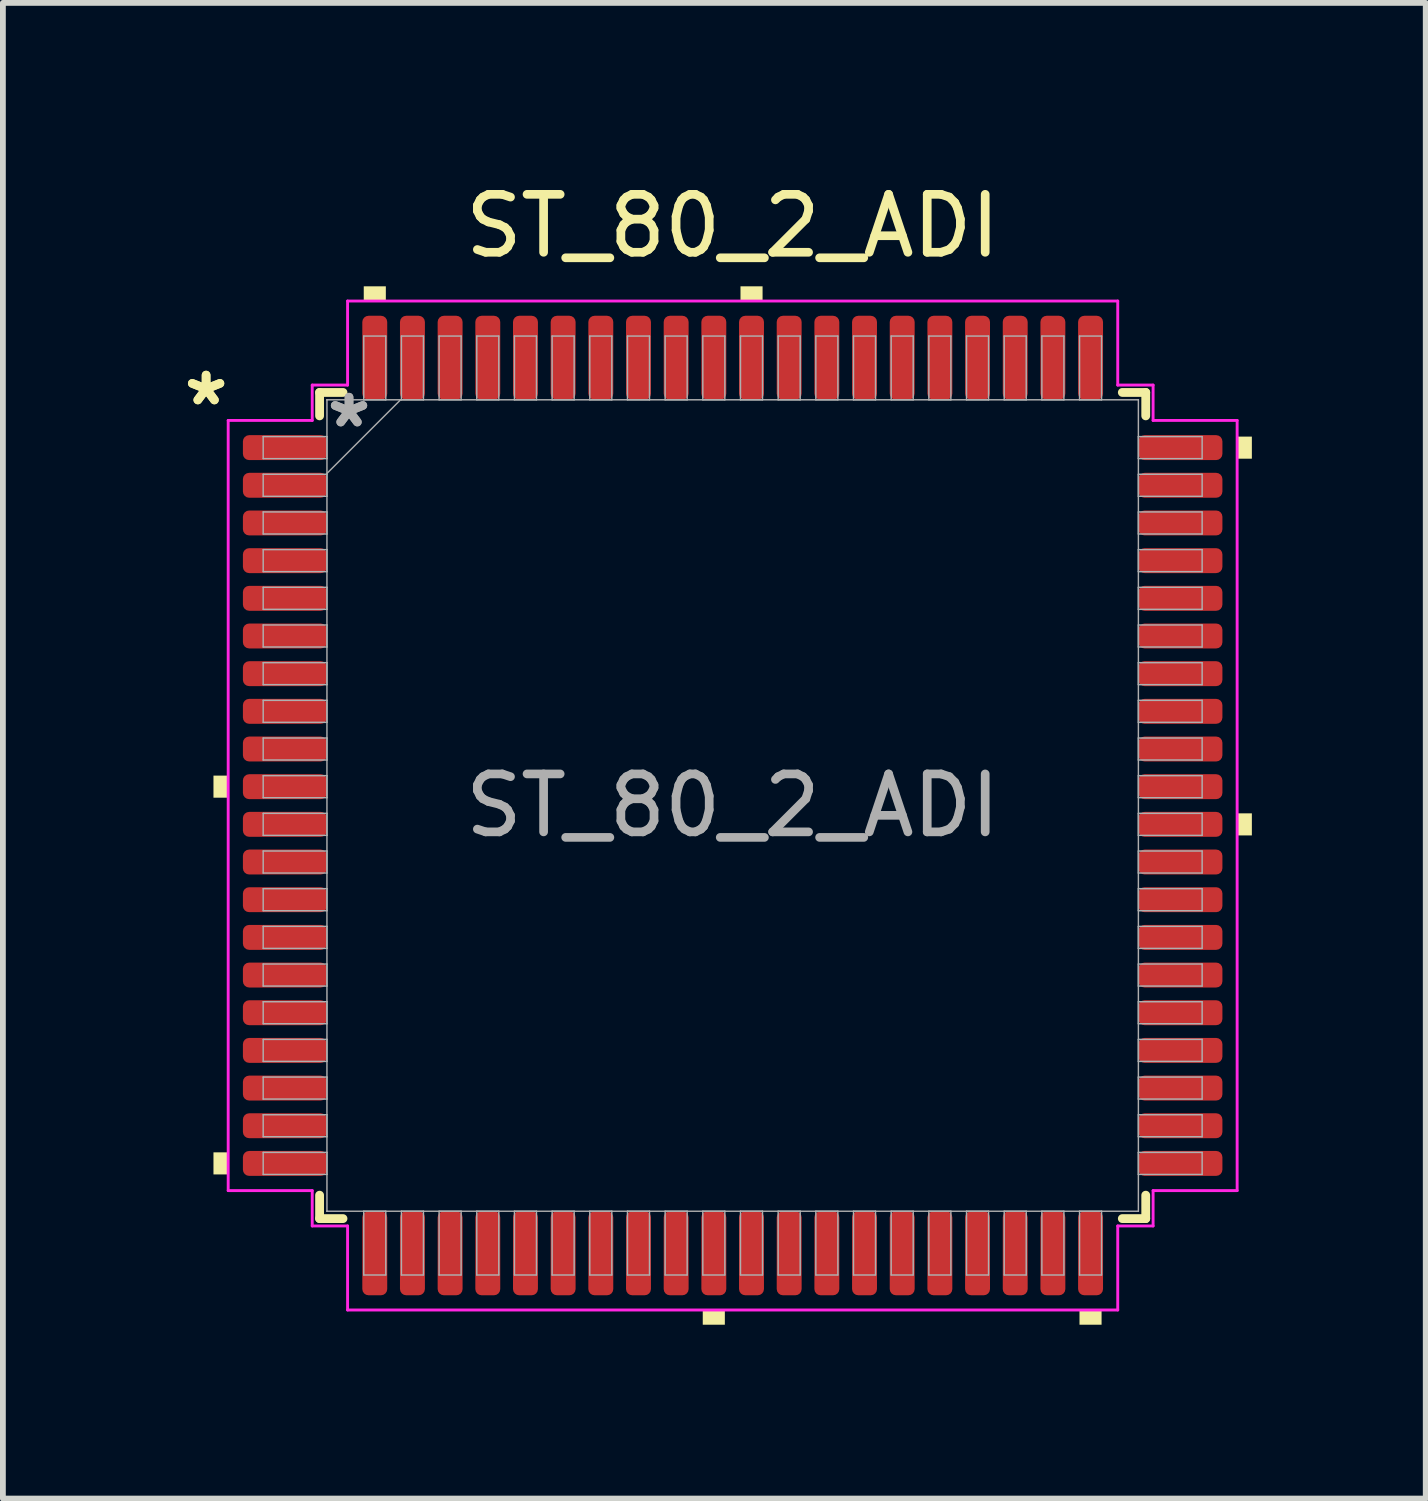
<source format=kicad_pcb>
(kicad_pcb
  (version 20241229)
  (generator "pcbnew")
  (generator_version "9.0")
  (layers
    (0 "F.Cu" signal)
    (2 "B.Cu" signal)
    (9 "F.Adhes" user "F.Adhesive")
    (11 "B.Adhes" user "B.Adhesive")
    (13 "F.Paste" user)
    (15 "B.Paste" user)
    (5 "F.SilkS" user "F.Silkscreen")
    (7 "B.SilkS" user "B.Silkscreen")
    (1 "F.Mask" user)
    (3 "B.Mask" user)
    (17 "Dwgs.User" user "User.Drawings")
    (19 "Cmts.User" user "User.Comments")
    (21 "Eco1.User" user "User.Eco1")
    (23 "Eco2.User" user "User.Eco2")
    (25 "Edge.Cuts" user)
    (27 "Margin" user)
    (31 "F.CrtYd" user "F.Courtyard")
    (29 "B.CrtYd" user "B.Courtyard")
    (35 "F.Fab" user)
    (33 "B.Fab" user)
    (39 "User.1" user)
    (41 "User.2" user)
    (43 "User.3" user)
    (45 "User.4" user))
  (footprint "ST_80_2_ADI"
    (layer "F.Cu")
    (at 9.591 10.848)
    (property "Reference" "ST_80_2_ADI" (at 0 -10 0) (layer "F.SilkS") (effects (font (size 1 1) (thickness 0.15))))
    (attr smd)
    (fp_line (start -7.127 -7.127) (end -7.127 -6.723) (stroke (width 0.152) (type solid)) (layer "F.SilkS"))
    (fp_line (start -7.127 6.723) (end -7.127 7.127) (stroke (width 0.152) (type solid)) (layer "F.SilkS"))
    (fp_line (start -7.127 7.127) (end -6.723 7.127) (stroke (width 0.152) (type solid)) (layer "F.SilkS"))
    (fp_line (start -6.723 -7.127) (end -7.127 -7.127) (stroke (width 0.152) (type solid)) (layer "F.SilkS"))
    (fp_line (start 6.723 7.127) (end 7.127 7.127) (stroke (width 0.152) (type solid)) (layer "F.SilkS"))
    (fp_line (start 7.127 -7.127) (end 6.723 -7.127) (stroke (width 0.152) (type solid)) (layer "F.SilkS"))
    (fp_line (start 7.127 -6.723) (end 7.127 -7.127) (stroke (width 0.152) (type solid)) (layer "F.SilkS"))
    (fp_line (start 7.127 7.127) (end 7.127 6.723) (stroke (width 0.152) (type solid)) (layer "F.SilkS"))
    (fp_poly (pts (xy -8.958 -0.516) (xy -8.958 -0.135) (xy -8.704 -0.135) (xy -8.704 -0.516)) (stroke (width 0) (type solid)) (fill yes) (layer "F.SilkS"))
    (fp_poly (pts (xy -8.958 5.984) (xy -8.958 6.365) (xy -8.704 6.365) (xy -8.704 5.984)) (stroke (width 0) (type solid)) (fill yes) (layer "F.SilkS"))
    (fp_poly (pts (xy -6.365 -8.704) (xy -6.365 -8.958) (xy -5.984 -8.958) (xy -5.984 -8.704)) (stroke (width 0) (type solid)) (fill yes) (layer "F.SilkS"))
    (fp_poly (pts (xy -0.516 8.704) (xy -0.516 8.958) (xy -0.135 8.958) (xy -0.135 8.704)) (stroke (width 0) (type solid)) (fill yes) (layer "F.SilkS"))
    (fp_poly (pts (xy 0.135 -8.704) (xy 0.135 -8.958) (xy 0.516 -8.958) (xy 0.516 -8.704)) (stroke (width 0) (type solid)) (fill yes) (layer "F.SilkS"))
    (fp_poly (pts (xy 5.984 8.704) (xy 5.984 8.958) (xy 6.365 8.958) (xy 6.365 8.704)) (stroke (width 0) (type solid)) (fill yes) (layer "F.SilkS"))
    (fp_poly (pts (xy 8.958 -6.365) (xy 8.958 -5.984) (xy 8.704 -5.984) (xy 8.704 -6.365)) (stroke (width 0) (type solid)) (fill yes) (layer "F.SilkS"))
    (fp_poly (pts (xy 8.958 0.135) (xy 8.958 0.516) (xy 8.704 0.516) (xy 8.704 0.135)) (stroke (width 0) (type solid)) (fill yes) (layer "F.SilkS"))
    (fp_line (start -8.704 -6.644) (end -7.254 -6.644) (stroke (width 0.05) (type solid)) (layer "F.CrtYd"))
    (fp_line (start -8.704 6.644) (end -8.704 -6.644) (stroke (width 0.05) (type solid)) (layer "F.CrtYd"))
    (fp_line (start -7.254 -7.254) (end -6.644 -7.254) (stroke (width 0.05) (type solid)) (layer "F.CrtYd"))
    (fp_line (start -7.254 -6.644) (end -7.254 -7.254) (stroke (width 0.05) (type solid)) (layer "F.CrtYd"))
    (fp_line (start -7.254 6.644) (end -8.704 6.644) (stroke (width 0.05) (type solid)) (layer "F.CrtYd"))
    (fp_line (start -7.254 7.254) (end -7.254 6.644) (stroke (width 0.05) (type solid)) (layer "F.CrtYd"))
    (fp_line (start -7.254 7.254) (end -6.644 7.254) (stroke (width 0.05) (type solid)) (layer "F.CrtYd"))
    (fp_line (start -6.644 -8.704) (end 6.644 -8.704) (stroke (width 0.05) (type solid)) (layer "F.CrtYd"))
    (fp_line (start -6.644 -7.254) (end -6.644 -8.704) (stroke (width 0.05) (type solid)) (layer "F.CrtYd"))
    (fp_line (start -6.644 7.254) (end -6.644 8.704) (stroke (width 0.05) (type solid)) (layer "F.CrtYd"))
    (fp_line (start -6.644 8.704) (end 6.644 8.704) (stroke (width 0.05) (type solid)) (layer "F.CrtYd"))
    (fp_line (start 6.644 -8.704) (end 6.644 -7.254) (stroke (width 0.05) (type solid)) (layer "F.CrtYd"))
    (fp_line (start 6.644 -7.254) (end 7.254 -7.254) (stroke (width 0.05) (type solid)) (layer "F.CrtYd"))
    (fp_line (start 6.644 7.254) (end 7.254 7.254) (stroke (width 0.05) (type solid)) (layer "F.CrtYd"))
    (fp_line (start 6.644 8.704) (end 6.644 7.254) (stroke (width 0.05) (type solid)) (layer "F.CrtYd"))
    (fp_line (start 7.254 -6.644) (end 7.254 -7.254) (stroke (width 0.05) (type solid)) (layer "F.CrtYd"))
    (fp_line (start 7.254 6.644) (end 8.704 6.644) (stroke (width 0.05) (type solid)) (layer "F.CrtYd"))
    (fp_line (start 7.254 7.254) (end 7.254 6.644) (stroke (width 0.05) (type solid)) (layer "F.CrtYd"))
    (fp_line (start 8.704 -6.644) (end 7.254 -6.644) (stroke (width 0.05) (type solid)) (layer "F.CrtYd"))
    (fp_line (start 8.704 6.644) (end 8.704 -6.644) (stroke (width 0.05) (type solid)) (layer "F.CrtYd"))
    (fp_line (start -8.1 -6.365) (end -8.1 -5.985) (stroke (width 0.025) (type solid)) (layer "F.Fab"))
    (fp_line (start -8.1 -5.985) (end -7 -5.985) (stroke (width 0.025) (type solid)) (layer "F.Fab"))
    (fp_line (start -8.1 -5.715) (end -8.1 -5.335) (stroke (width 0.025) (type solid)) (layer "F.Fab"))
    (fp_line (start -8.1 -5.335) (end -7 -5.335) (stroke (width 0.025) (type solid)) (layer "F.Fab"))
    (fp_line (start -8.1 -5.065) (end -8.1 -4.685) (stroke (width 0.025) (type solid)) (layer "F.Fab"))
    (fp_line (start -8.1 -4.685) (end -7 -4.685) (stroke (width 0.025) (type solid)) (layer "F.Fab"))
    (fp_line (start -8.1 -4.415) (end -8.1 -4.035) (stroke (width 0.025) (type solid)) (layer "F.Fab"))
    (fp_line (start -8.1 -4.035) (end -7 -4.035) (stroke (width 0.025) (type solid)) (layer "F.Fab"))
    (fp_line (start -8.1 -3.765) (end -8.1 -3.385) (stroke (width 0.025) (type solid)) (layer "F.Fab"))
    (fp_line (start -8.1 -3.385) (end -7 -3.385) (stroke (width 0.025) (type solid)) (layer "F.Fab"))
    (fp_line (start -8.1 -3.115) (end -8.1 -2.735) (stroke (width 0.025) (type solid)) (layer "F.Fab"))
    (fp_line (start -8.1 -2.735) (end -7 -2.735) (stroke (width 0.025) (type solid)) (layer "F.Fab"))
    (fp_line (start -8.1 -2.465) (end -8.1 -2.085) (stroke (width 0.025) (type solid)) (layer "F.Fab"))
    (fp_line (start -8.1 -2.085) (end -7 -2.085) (stroke (width 0.025) (type solid)) (layer "F.Fab"))
    (fp_line (start -8.1 -1.815) (end -8.1 -1.435) (stroke (width 0.025) (type solid)) (layer "F.Fab"))
    (fp_line (start -8.1 -1.435) (end -7 -1.435) (stroke (width 0.025) (type solid)) (layer "F.Fab"))
    (fp_line (start -8.1 -1.165) (end -8.1 -0.785) (stroke (width 0.025) (type solid)) (layer "F.Fab"))
    (fp_line (start -8.1 -0.785) (end -7 -0.785) (stroke (width 0.025) (type solid)) (layer "F.Fab"))
    (fp_line (start -8.1 -0.515) (end -8.1 -0.135) (stroke (width 0.025) (type solid)) (layer "F.Fab"))
    (fp_line (start -8.1 -0.135) (end -7 -0.135) (stroke (width 0.025) (type solid)) (layer "F.Fab"))
    (fp_line (start -8.1 0.135) (end -8.1 0.515) (stroke (width 0.025) (type solid)) (layer "F.Fab"))
    (fp_line (start -8.1 0.515) (end -7 0.515) (stroke (width 0.025) (type solid)) (layer "F.Fab"))
    (fp_line (start -8.1 0.785) (end -8.1 1.165) (stroke (width 0.025) (type solid)) (layer "F.Fab"))
    (fp_line (start -8.1 1.165) (end -7 1.165) (stroke (width 0.025) (type solid)) (layer "F.Fab"))
    (fp_line (start -8.1 1.435) (end -8.1 1.815) (stroke (width 0.025) (type solid)) (layer "F.Fab"))
    (fp_line (start -8.1 1.815) (end -7 1.815) (stroke (width 0.025) (type solid)) (layer "F.Fab"))
    (fp_line (start -8.1 2.085) (end -8.1 2.465) (stroke (width 0.025) (type solid)) (layer "F.Fab"))
    (fp_line (start -8.1 2.465) (end -7 2.465) (stroke (width 0.025) (type solid)) (layer "F.Fab"))
    (fp_line (start -8.1 2.735) (end -8.1 3.115) (stroke (width 0.025) (type solid)) (layer "F.Fab"))
    (fp_line (start -8.1 3.115) (end -7 3.115) (stroke (width 0.025) (type solid)) (layer "F.Fab"))
    (fp_line (start -8.1 3.385) (end -8.1 3.765) (stroke (width 0.025) (type solid)) (layer "F.Fab"))
    (fp_line (start -8.1 3.765) (end -7 3.765) (stroke (width 0.025) (type solid)) (layer "F.Fab"))
    (fp_line (start -8.1 4.035) (end -8.1 4.415) (stroke (width 0.025) (type solid)) (layer "F.Fab"))
    (fp_line (start -8.1 4.415) (end -7 4.415) (stroke (width 0.025) (type solid)) (layer "F.Fab"))
    (fp_line (start -8.1 4.685) (end -8.1 5.065) (stroke (width 0.025) (type solid)) (layer "F.Fab"))
    (fp_line (start -8.1 5.065) (end -7 5.065) (stroke (width 0.025) (type solid)) (layer "F.Fab"))
    (fp_line (start -8.1 5.335) (end -8.1 5.715) (stroke (width 0.025) (type solid)) (layer "F.Fab"))
    (fp_line (start -8.1 5.715) (end -7 5.715) (stroke (width 0.025) (type solid)) (layer "F.Fab"))
    (fp_line (start -8.1 5.985) (end -8.1 6.365) (stroke (width 0.025) (type solid)) (layer "F.Fab"))
    (fp_line (start -8.1 6.365) (end -7 6.365) (stroke (width 0.025) (type solid)) (layer "F.Fab"))
    (fp_line (start -7 -6.365) (end -8.1 -6.365) (stroke (width 0.025) (type solid)) (layer "F.Fab"))
    (fp_line (start -7 -5.985) (end -7 -6.365) (stroke (width 0.025) (type solid)) (layer "F.Fab"))
    (fp_line (start -7 -5.73) (end -5.73 -7) (stroke (width 0.025) (type solid)) (layer "F.Fab"))
    (fp_line (start -7 -5.715) (end -8.1 -5.715) (stroke (width 0.025) (type solid)) (layer "F.Fab"))
    (fp_line (start -7 -5.335) (end -7 -5.715) (stroke (width 0.025) (type solid)) (layer "F.Fab"))
    (fp_line (start -7 -5.065) (end -8.1 -5.065) (stroke (width 0.025) (type solid)) (layer "F.Fab"))
    (fp_line (start -7 -4.685) (end -7 -5.065) (stroke (width 0.025) (type solid)) (layer "F.Fab"))
    (fp_line (start -7 -4.415) (end -8.1 -4.415) (stroke (width 0.025) (type solid)) (layer "F.Fab"))
    (fp_line (start -7 -4.035) (end -7 -4.415) (stroke (width 0.025) (type solid)) (layer "F.Fab"))
    (fp_line (start -7 -3.765) (end -8.1 -3.765) (stroke (width 0.025) (type solid)) (layer "F.Fab"))
    (fp_line (start -7 -3.385) (end -7 -3.765) (stroke (width 0.025) (type solid)) (layer "F.Fab"))
    (fp_line (start -7 -3.115) (end -8.1 -3.115) (stroke (width 0.025) (type solid)) (layer "F.Fab"))
    (fp_line (start -7 -2.735) (end -7 -3.115) (stroke (width 0.025) (type solid)) (layer "F.Fab"))
    (fp_line (start -7 -2.465) (end -8.1 -2.465) (stroke (width 0.025) (type solid)) (layer "F.Fab"))
    (fp_line (start -7 -2.085) (end -7 -2.465) (stroke (width 0.025) (type solid)) (layer "F.Fab"))
    (fp_line (start -7 -1.815) (end -8.1 -1.815) (stroke (width 0.025) (type solid)) (layer "F.Fab"))
    (fp_line (start -7 -1.435) (end -7 -1.815) (stroke (width 0.025) (type solid)) (layer "F.Fab"))
    (fp_line (start -7 -1.165) (end -8.1 -1.165) (stroke (width 0.025) (type solid)) (layer "F.Fab"))
    (fp_line (start -7 -0.785) (end -7 -1.165) (stroke (width 0.025) (type solid)) (layer "F.Fab"))
    (fp_line (start -7 -0.515) (end -8.1 -0.515) (stroke (width 0.025) (type solid)) (layer "F.Fab"))
    (fp_line (start -7 -0.135) (end -7 -0.515) (stroke (width 0.025) (type solid)) (layer "F.Fab"))
    (fp_line (start -7 0.135) (end -8.1 0.135) (stroke (width 0.025) (type solid)) (layer "F.Fab"))
    (fp_line (start -7 0.515) (end -7 0.135) (stroke (width 0.025) (type solid)) (layer "F.Fab"))
    (fp_line (start -7 0.785) (end -8.1 0.785) (stroke (width 0.025) (type solid)) (layer "F.Fab"))
    (fp_line (start -7 1.165) (end -7 0.785) (stroke (width 0.025) (type solid)) (layer "F.Fab"))
    (fp_line (start -7 1.435) (end -8.1 1.435) (stroke (width 0.025) (type solid)) (layer "F.Fab"))
    (fp_line (start -7 1.815) (end -7 1.435) (stroke (width 0.025) (type solid)) (layer "F.Fab"))
    (fp_line (start -7 2.085) (end -8.1 2.085) (stroke (width 0.025) (type solid)) (layer "F.Fab"))
    (fp_line (start -7 2.465) (end -7 2.085) (stroke (width 0.025) (type solid)) (layer "F.Fab"))
    (fp_line (start -7 2.735) (end -8.1 2.735) (stroke (width 0.025) (type solid)) (layer "F.Fab"))
    (fp_line (start -7 3.115) (end -7 2.735) (stroke (width 0.025) (type solid)) (layer "F.Fab"))
    (fp_line (start -7 3.385) (end -8.1 3.385) (stroke (width 0.025) (type solid)) (layer "F.Fab"))
    (fp_line (start -7 3.765) (end -7 3.385) (stroke (width 0.025) (type solid)) (layer "F.Fab"))
    (fp_line (start -7 4.035) (end -8.1 4.035) (stroke (width 0.025) (type solid)) (layer "F.Fab"))
    (fp_line (start -7 4.415) (end -7 4.035) (stroke (width 0.025) (type solid)) (layer "F.Fab"))
    (fp_line (start -7 4.685) (end -8.1 4.685) (stroke (width 0.025) (type solid)) (layer "F.Fab"))
    (fp_line (start -7 5.065) (end -7 4.685) (stroke (width 0.025) (type solid)) (layer "F.Fab"))
    (fp_line (start -7 5.335) (end -8.1 5.335) (stroke (width 0.025) (type solid)) (layer "F.Fab"))
    (fp_line (start -7 5.715) (end -7 5.335) (stroke (width 0.025) (type solid)) (layer "F.Fab"))
    (fp_line (start -7 5.985) (end -8.1 5.985) (stroke (width 0.025) (type solid)) (layer "F.Fab"))
    (fp_line (start -7 6.365) (end -7 5.985) (stroke (width 0.025) (type solid)) (layer "F.Fab"))
    (fp_line (start -7 -7) (end -7 -7) (stroke (width 0.025) (type solid)) (layer "F.Fab"))
    (fp_line (start -7 -7) (end -7 7) (stroke (width 0.025) (type solid)) (layer "F.Fab"))
    (fp_line (start -7 7) (end -7 7) (stroke (width 0.025) (type solid)) (layer "F.Fab"))
    (fp_line (start -7 7) (end 7 7) (stroke (width 0.025) (type solid)) (layer "F.Fab"))
    (fp_line (start -6.365 7) (end -6.365 8.1) (stroke (width 0.025) (type solid)) (layer "F.Fab"))
    (fp_line (start -6.365 8.1) (end -5.985 8.1) (stroke (width 0.025) (type solid)) (layer "F.Fab"))
    (fp_line (start -6.365 -8.1) (end -6.365 -7) (stroke (width 0.025) (type solid)) (layer "F.Fab"))
    (fp_line (start -6.365 -7) (end -5.985 -7) (stroke (width 0.025) (type solid)) (layer "F.Fab"))
    (fp_line (start -5.985 7) (end -6.365 7) (stroke (width 0.025) (type solid)) (layer "F.Fab"))
    (fp_line (start -5.985 8.1) (end -5.985 7) (stroke (width 0.025) (type solid)) (layer "F.Fab"))
    (fp_line (start -5.985 -8.1) (end -6.365 -8.1) (stroke (width 0.025) (type solid)) (layer "F.Fab"))
    (fp_line (start -5.985 -7) (end -5.985 -8.1) (stroke (width 0.025) (type solid)) (layer "F.Fab"))
    (fp_line (start -5.715 7) (end -5.715 8.1) (stroke (width 0.025) (type solid)) (layer "F.Fab"))
    (fp_line (start -5.715 8.1) (end -5.335 8.1) (stroke (width 0.025) (type solid)) (layer "F.Fab"))
    (fp_line (start -5.715 -8.1) (end -5.715 -7) (stroke (width 0.025) (type solid)) (layer "F.Fab"))
    (fp_line (start -5.715 -7) (end -5.335 -7) (stroke (width 0.025) (type solid)) (layer "F.Fab"))
    (fp_line (start -5.335 7) (end -5.715 7) (stroke (width 0.025) (type solid)) (layer "F.Fab"))
    (fp_line (start -5.335 8.1) (end -5.335 7) (stroke (width 0.025) (type solid)) (layer "F.Fab"))
    (fp_line (start -5.335 -8.1) (end -5.715 -8.1) (stroke (width 0.025) (type solid)) (layer "F.Fab"))
    (fp_line (start -5.335 -7) (end -5.335 -8.1) (stroke (width 0.025) (type solid)) (layer "F.Fab"))
    (fp_line (start -5.065 7) (end -5.065 8.1) (stroke (width 0.025) (type solid)) (layer "F.Fab"))
    (fp_line (start -5.065 8.1) (end -4.685 8.1) (stroke (width 0.025) (type solid)) (layer "F.Fab"))
    (fp_line (start -5.065 -8.1) (end -5.065 -7) (stroke (width 0.025) (type solid)) (layer "F.Fab"))
    (fp_line (start -5.065 -7) (end -4.685 -7) (stroke (width 0.025) (type solid)) (layer "F.Fab"))
    (fp_line (start -4.685 7) (end -5.065 7) (stroke (width 0.025) (type solid)) (layer "F.Fab"))
    (fp_line (start -4.685 8.1) (end -4.685 7) (stroke (width 0.025) (type solid)) (layer "F.Fab"))
    (fp_line (start -4.685 -8.1) (end -5.065 -8.1) (stroke (width 0.025) (type solid)) (layer "F.Fab"))
    (fp_line (start -4.685 -7) (end -4.685 -8.1) (stroke (width 0.025) (type solid)) (layer "F.Fab"))
    (fp_line (start -4.415 7) (end -4.415 8.1) (stroke (width 0.025) (type solid)) (layer "F.Fab"))
    (fp_line (start -4.415 8.1) (end -4.035 8.1) (stroke (width 0.025) (type solid)) (layer "F.Fab"))
    (fp_line (start -4.415 -8.1) (end -4.415 -7) (stroke (width 0.025) (type solid)) (layer "F.Fab"))
    (fp_line (start -4.415 -7) (end -4.035 -7) (stroke (width 0.025) (type solid)) (layer "F.Fab"))
    (fp_line (start -4.035 7) (end -4.415 7) (stroke (width 0.025) (type solid)) (layer "F.Fab"))
    (fp_line (start -4.035 8.1) (end -4.035 7) (stroke (width 0.025) (type solid)) (layer "F.Fab"))
    (fp_line (start -4.035 -8.1) (end -4.415 -8.1) (stroke (width 0.025) (type solid)) (layer "F.Fab"))
    (fp_line (start -4.035 -7) (end -4.035 -8.1) (stroke (width 0.025) (type solid)) (layer "F.Fab"))
    (fp_line (start -3.765 -8.1) (end -3.765 -7) (stroke (width 0.025) (type solid)) (layer "F.Fab"))
    (fp_line (start -3.765 -7) (end -3.385 -7) (stroke (width 0.025) (type solid)) (layer "F.Fab"))
    (fp_line (start -3.765 7) (end -3.765 8.1) (stroke (width 0.025) (type solid)) (layer "F.Fab"))
    (fp_line (start -3.765 8.1) (end -3.385 8.1) (stroke (width 0.025) (type solid)) (layer "F.Fab"))
    (fp_line (start -3.385 -8.1) (end -3.765 -8.1) (stroke (width 0.025) (type solid)) (layer "F.Fab"))
    (fp_line (start -3.385 -7) (end -3.385 -8.1) (stroke (width 0.025) (type solid)) (layer "F.Fab"))
    (fp_line (start -3.385 7) (end -3.765 7) (stroke (width 0.025) (type solid)) (layer "F.Fab"))
    (fp_line (start -3.385 8.1) (end -3.385 7) (stroke (width 0.025) (type solid)) (layer "F.Fab"))
    (fp_line (start -3.115 -8.1) (end -3.115 -7) (stroke (width 0.025) (type solid)) (layer "F.Fab"))
    (fp_line (start -3.115 -7) (end -2.735 -7) (stroke (width 0.025) (type solid)) (layer "F.Fab"))
    (fp_line (start -3.115 7) (end -3.115 8.1) (stroke (width 0.025) (type solid)) (layer "F.Fab"))
    (fp_line (start -3.115 8.1) (end -2.735 8.1) (stroke (width 0.025) (type solid)) (layer "F.Fab"))
    (fp_line (start -2.735 -8.1) (end -3.115 -8.1) (stroke (width 0.025) (type solid)) (layer "F.Fab"))
    (fp_line (start -2.735 -7) (end -2.735 -8.1) (stroke (width 0.025) (type solid)) (layer "F.Fab"))
    (fp_line (start -2.735 7) (end -3.115 7) (stroke (width 0.025) (type solid)) (layer "F.Fab"))
    (fp_line (start -2.735 8.1) (end -2.735 7) (stroke (width 0.025) (type solid)) (layer "F.Fab"))
    (fp_line (start -2.465 -8.1) (end -2.465 -7) (stroke (width 0.025) (type solid)) (layer "F.Fab"))
    (fp_line (start -2.465 -7) (end -2.085 -7) (stroke (width 0.025) (type solid)) (layer "F.Fab"))
    (fp_line (start -2.465 7) (end -2.465 8.1) (stroke (width 0.025) (type solid)) (layer "F.Fab"))
    (fp_line (start -2.465 8.1) (end -2.085 8.1) (stroke (width 0.025) (type solid)) (layer "F.Fab"))
    (fp_line (start -2.085 -8.1) (end -2.465 -8.1) (stroke (width 0.025) (type solid)) (layer "F.Fab"))
    (fp_line (start -2.085 -7) (end -2.085 -8.1) (stroke (width 0.025) (type solid)) (layer "F.Fab"))
    (fp_line (start -2.085 7) (end -2.465 7) (stroke (width 0.025) (type solid)) (layer "F.Fab"))
    (fp_line (start -2.085 8.1) (end -2.085 7) (stroke (width 0.025) (type solid)) (layer "F.Fab"))
    (fp_line (start -1.815 -8.1) (end -1.815 -7) (stroke (width 0.025) (type solid)) (layer "F.Fab"))
    (fp_line (start -1.815 -7) (end -1.435 -7) (stroke (width 0.025) (type solid)) (layer "F.Fab"))
    (fp_line (start -1.815 7) (end -1.815 8.1) (stroke (width 0.025) (type solid)) (layer "F.Fab"))
    (fp_line (start -1.815 8.1) (end -1.435 8.1) (stroke (width 0.025) (type solid)) (layer "F.Fab"))
    (fp_line (start -1.435 -8.1) (end -1.815 -8.1) (stroke (width 0.025) (type solid)) (layer "F.Fab"))
    (fp_line (start -1.435 -7) (end -1.435 -8.1) (stroke (width 0.025) (type solid)) (layer "F.Fab"))
    (fp_line (start -1.435 7) (end -1.815 7) (stroke (width 0.025) (type solid)) (layer "F.Fab"))
    (fp_line (start -1.435 8.1) (end -1.435 7) (stroke (width 0.025) (type solid)) (layer "F.Fab"))
    (fp_line (start -1.165 -8.1) (end -1.165 -7) (stroke (width 0.025) (type solid)) (layer "F.Fab"))
    (fp_line (start -1.165 -7) (end -0.785 -7) (stroke (width 0.025) (type solid)) (layer "F.Fab"))
    (fp_line (start -1.165 7) (end -1.165 8.1) (stroke (width 0.025) (type solid)) (layer "F.Fab"))
    (fp_line (start -1.165 8.1) (end -0.785 8.1) (stroke (width 0.025) (type solid)) (layer "F.Fab"))
    (fp_line (start -0.785 -8.1) (end -1.165 -8.1) (stroke (width 0.025) (type solid)) (layer "F.Fab"))
    (fp_line (start -0.785 -7) (end -0.785 -8.1) (stroke (width 0.025) (type solid)) (layer "F.Fab"))
    (fp_line (start -0.785 7) (end -1.165 7) (stroke (width 0.025) (type solid)) (layer "F.Fab"))
    (fp_line (start -0.785 8.1) (end -0.785 7) (stroke (width 0.025) (type solid)) (layer "F.Fab"))
    (fp_line (start -0.515 -8.1) (end -0.515 -7) (stroke (width 0.025) (type solid)) (layer "F.Fab"))
    (fp_line (start -0.515 -7) (end -0.135 -7) (stroke (width 0.025) (type solid)) (layer "F.Fab"))
    (fp_line (start -0.515 7) (end -0.515 8.1) (stroke (width 0.025) (type solid)) (layer "F.Fab"))
    (fp_line (start -0.515 8.1) (end -0.135 8.1) (stroke (width 0.025) (type solid)) (layer "F.Fab"))
    (fp_line (start -0.135 -8.1) (end -0.515 -8.1) (stroke (width 0.025) (type solid)) (layer "F.Fab"))
    (fp_line (start -0.135 -7) (end -0.135 -8.1) (stroke (width 0.025) (type solid)) (layer "F.Fab"))
    (fp_line (start -0.135 7) (end -0.515 7) (stroke (width 0.025) (type solid)) (layer "F.Fab"))
    (fp_line (start -0.135 8.1) (end -0.135 7) (stroke (width 0.025) (type solid)) (layer "F.Fab"))
    (fp_line (start 0.135 -8.1) (end 0.135 -7) (stroke (width 0.025) (type solid)) (layer "F.Fab"))
    (fp_line (start 0.135 -7) (end 0.515 -7) (stroke (width 0.025) (type solid)) (layer "F.Fab"))
    (fp_line (start 0.135 7) (end 0.135 8.1) (stroke (width 0.025) (type solid)) (layer "F.Fab"))
    (fp_line (start 0.135 8.1) (end 0.515 8.1) (stroke (width 0.025) (type solid)) (layer "F.Fab"))
    (fp_line (start 0.515 -8.1) (end 0.135 -8.1) (stroke (width 0.025) (type solid)) (layer "F.Fab"))
    (fp_line (start 0.515 -7) (end 0.515 -8.1) (stroke (width 0.025) (type solid)) (layer "F.Fab"))
    (fp_line (start 0.515 7) (end 0.135 7) (stroke (width 0.025) (type solid)) (layer "F.Fab"))
    (fp_line (start 0.515 8.1) (end 0.515 7) (stroke (width 0.025) (type solid)) (layer "F.Fab"))
    (fp_line (start 0.785 -8.1) (end 0.785 -7) (stroke (width 0.025) (type solid)) (layer "F.Fab"))
    (fp_line (start 0.785 -7) (end 1.165 -7) (stroke (width 0.025) (type solid)) (layer "F.Fab"))
    (fp_line (start 0.785 7) (end 0.785 8.1) (stroke (width 0.025) (type solid)) (layer "F.Fab"))
    (fp_line (start 0.785 8.1) (end 1.165 8.1) (stroke (width 0.025) (type solid)) (layer "F.Fab"))
    (fp_line (start 1.165 -8.1) (end 0.785 -8.1) (stroke (width 0.025) (type solid)) (layer "F.Fab"))
    (fp_line (start 1.165 -7) (end 1.165 -8.1) (stroke (width 0.025) (type solid)) (layer "F.Fab"))
    (fp_line (start 1.165 7) (end 0.785 7) (stroke (width 0.025) (type solid)) (layer "F.Fab"))
    (fp_line (start 1.165 8.1) (end 1.165 7) (stroke (width 0.025) (type solid)) (layer "F.Fab"))
    (fp_line (start 1.435 -8.1) (end 1.435 -7) (stroke (width 0.025) (type solid)) (layer "F.Fab"))
    (fp_line (start 1.435 -7) (end 1.815 -7) (stroke (width 0.025) (type solid)) (layer "F.Fab"))
    (fp_line (start 1.435 7) (end 1.435 8.1) (stroke (width 0.025) (type solid)) (layer "F.Fab"))
    (fp_line (start 1.435 8.1) (end 1.815 8.1) (stroke (width 0.025) (type solid)) (layer "F.Fab"))
    (fp_line (start 1.815 -8.1) (end 1.435 -8.1) (stroke (width 0.025) (type solid)) (layer "F.Fab"))
    (fp_line (start 1.815 -7) (end 1.815 -8.1) (stroke (width 0.025) (type solid)) (layer "F.Fab"))
    (fp_line (start 1.815 7) (end 1.435 7) (stroke (width 0.025) (type solid)) (layer "F.Fab"))
    (fp_line (start 1.815 8.1) (end 1.815 7) (stroke (width 0.025) (type solid)) (layer "F.Fab"))
    (fp_line (start 2.085 -8.1) (end 2.085 -7) (stroke (width 0.025) (type solid)) (layer "F.Fab"))
    (fp_line (start 2.085 -7) (end 2.465 -7) (stroke (width 0.025) (type solid)) (layer "F.Fab"))
    (fp_line (start 2.085 7) (end 2.085 8.1) (stroke (width 0.025) (type solid)) (layer "F.Fab"))
    (fp_line (start 2.085 8.1) (end 2.465 8.1) (stroke (width 0.025) (type solid)) (layer "F.Fab"))
    (fp_line (start 2.465 -8.1) (end 2.085 -8.1) (stroke (width 0.025) (type solid)) (layer "F.Fab"))
    (fp_line (start 2.465 -7) (end 2.465 -8.1) (stroke (width 0.025) (type solid)) (layer "F.Fab"))
    (fp_line (start 2.465 7) (end 2.085 7) (stroke (width 0.025) (type solid)) (layer "F.Fab"))
    (fp_line (start 2.465 8.1) (end 2.465 7) (stroke (width 0.025) (type solid)) (layer "F.Fab"))
    (fp_line (start 2.735 -8.1) (end 2.735 -7) (stroke (width 0.025) (type solid)) (layer "F.Fab"))
    (fp_line (start 2.735 -7) (end 3.115 -7) (stroke (width 0.025) (type solid)) (layer "F.Fab"))
    (fp_line (start 2.735 7) (end 2.735 8.1) (stroke (width 0.025) (type solid)) (layer "F.Fab"))
    (fp_line (start 2.735 8.1) (end 3.115 8.1) (stroke (width 0.025) (type solid)) (layer "F.Fab"))
    (fp_line (start 3.115 -8.1) (end 2.735 -8.1) (stroke (width 0.025) (type solid)) (layer "F.Fab"))
    (fp_line (start 3.115 -7) (end 3.115 -8.1) (stroke (width 0.025) (type solid)) (layer "F.Fab"))
    (fp_line (start 3.115 7) (end 2.735 7) (stroke (width 0.025) (type solid)) (layer "F.Fab"))
    (fp_line (start 3.115 8.1) (end 3.115 7) (stroke (width 0.025) (type solid)) (layer "F.Fab"))
    (fp_line (start 3.385 -8.1) (end 3.385 -7) (stroke (width 0.025) (type solid)) (layer "F.Fab"))
    (fp_line (start 3.385 -7) (end 3.765 -7) (stroke (width 0.025) (type solid)) (layer "F.Fab"))
    (fp_line (start 3.385 7) (end 3.385 8.1) (stroke (width 0.025) (type solid)) (layer "F.Fab"))
    (fp_line (start 3.385 8.1) (end 3.765 8.1) (stroke (width 0.025) (type solid)) (layer "F.Fab"))
    (fp_line (start 3.765 -8.1) (end 3.385 -8.1) (stroke (width 0.025) (type solid)) (layer "F.Fab"))
    (fp_line (start 3.765 -7) (end 3.765 -8.1) (stroke (width 0.025) (type solid)) (layer "F.Fab"))
    (fp_line (start 3.765 7) (end 3.385 7) (stroke (width 0.025) (type solid)) (layer "F.Fab"))
    (fp_line (start 3.765 8.1) (end 3.765 7) (stroke (width 0.025) (type solid)) (layer "F.Fab"))
    (fp_line (start 4.035 7) (end 4.035 8.1) (stroke (width 0.025) (type solid)) (layer "F.Fab"))
    (fp_line (start 4.035 8.1) (end 4.415 8.1) (stroke (width 0.025) (type solid)) (layer "F.Fab"))
    (fp_line (start 4.035 -8.1) (end 4.035 -7) (stroke (width 0.025) (type solid)) (layer "F.Fab"))
    (fp_line (start 4.035 -7) (end 4.415 -7) (stroke (width 0.025) (type solid)) (layer "F.Fab"))
    (fp_line (start 4.415 7) (end 4.035 7) (stroke (width 0.025) (type solid)) (layer "F.Fab"))
    (fp_line (start 4.415 8.1) (end 4.415 7) (stroke (width 0.025) (type solid)) (layer "F.Fab"))
    (fp_line (start 4.415 -8.1) (end 4.035 -8.1) (stroke (width 0.025) (type solid)) (layer "F.Fab"))
    (fp_line (start 4.415 -7) (end 4.415 -8.1) (stroke (width 0.025) (type solid)) (layer "F.Fab"))
    (fp_line (start 4.685 7) (end 4.685 8.1) (stroke (width 0.025) (type solid)) (layer "F.Fab"))
    (fp_line (start 4.685 8.1) (end 5.065 8.1) (stroke (width 0.025) (type solid)) (layer "F.Fab"))
    (fp_line (start 4.685 -8.1) (end 4.685 -7) (stroke (width 0.025) (type solid)) (layer "F.Fab"))
    (fp_line (start 4.685 -7) (end 5.065 -7) (stroke (width 0.025) (type solid)) (layer "F.Fab"))
    (fp_line (start 5.065 7) (end 4.685 7) (stroke (width 0.025) (type solid)) (layer "F.Fab"))
    (fp_line (start 5.065 8.1) (end 5.065 7) (stroke (width 0.025) (type solid)) (layer "F.Fab"))
    (fp_line (start 5.065 -8.1) (end 4.685 -8.1) (stroke (width 0.025) (type solid)) (layer "F.Fab"))
    (fp_line (start 5.065 -7) (end 5.065 -8.1) (stroke (width 0.025) (type solid)) (layer "F.Fab"))
    (fp_line (start 5.335 7) (end 5.335 8.1) (stroke (width 0.025) (type solid)) (layer "F.Fab"))
    (fp_line (start 5.335 8.1) (end 5.715 8.1) (stroke (width 0.025) (type solid)) (layer "F.Fab"))
    (fp_line (start 5.335 -8.1) (end 5.335 -7) (stroke (width 0.025) (type solid)) (layer "F.Fab"))
    (fp_line (start 5.335 -7) (end 5.715 -7) (stroke (width 0.025) (type solid)) (layer "F.Fab"))
    (fp_line (start 5.715 7) (end 5.335 7) (stroke (width 0.025) (type solid)) (layer "F.Fab"))
    (fp_line (start 5.715 8.1) (end 5.715 7) (stroke (width 0.025) (type solid)) (layer "F.Fab"))
    (fp_line (start 5.715 -8.1) (end 5.335 -8.1) (stroke (width 0.025) (type solid)) (layer "F.Fab"))
    (fp_line (start 5.715 -7) (end 5.715 -8.1) (stroke (width 0.025) (type solid)) (layer "F.Fab"))
    (fp_line (start 5.985 7) (end 5.985 8.1) (stroke (width 0.025) (type solid)) (layer "F.Fab"))
    (fp_line (start 5.985 8.1) (end 6.365 8.1) (stroke (width 0.025) (type solid)) (layer "F.Fab"))
    (fp_line (start 5.985 -8.1) (end 5.985 -7) (stroke (width 0.025) (type solid)) (layer "F.Fab"))
    (fp_line (start 5.985 -7) (end 6.365 -7) (stroke (width 0.025) (type solid)) (layer "F.Fab"))
    (fp_line (start 6.365 7) (end 5.985 7) (stroke (width 0.025) (type solid)) (layer "F.Fab"))
    (fp_line (start 6.365 8.1) (end 6.365 7) (stroke (width 0.025) (type solid)) (layer "F.Fab"))
    (fp_line (start 6.365 -8.1) (end 5.985 -8.1) (stroke (width 0.025) (type solid)) (layer "F.Fab"))
    (fp_line (start 6.365 -7) (end 6.365 -8.1) (stroke (width 0.025) (type solid)) (layer "F.Fab"))
    (fp_line (start 7 -7) (end -7 -7) (stroke (width 0.025) (type solid)) (layer "F.Fab"))
    (fp_line (start 7 -7) (end 7 -7) (stroke (width 0.025) (type solid)) (layer "F.Fab"))
    (fp_line (start 7 7) (end 7 -7) (stroke (width 0.025) (type solid)) (layer "F.Fab"))
    (fp_line (start 7 7) (end 7 7) (stroke (width 0.025) (type solid)) (layer "F.Fab"))
    (fp_line (start 7 -6.365) (end 7 -5.985) (stroke (width 0.025) (type solid)) (layer "F.Fab"))
    (fp_line (start 7 -5.985) (end 8.1 -5.985) (stroke (width 0.025) (type solid)) (layer "F.Fab"))
    (fp_line (start 7 -5.715) (end 7 -5.335) (stroke (width 0.025) (type solid)) (layer "F.Fab"))
    (fp_line (start 7 -5.335) (end 8.1 -5.335) (stroke (width 0.025) (type solid)) (layer "F.Fab"))
    (fp_line (start 7 -5.065) (end 7 -4.685) (stroke (width 0.025) (type solid)) (layer "F.Fab"))
    (fp_line (start 7 -4.685) (end 8.1 -4.685) (stroke (width 0.025) (type solid)) (layer "F.Fab"))
    (fp_line (start 7 -4.415) (end 7 -4.035) (stroke (width 0.025) (type solid)) (layer "F.Fab"))
    (fp_line (start 7 -4.035) (end 8.1 -4.035) (stroke (width 0.025) (type solid)) (layer "F.Fab"))
    (fp_line (start 7 -3.765) (end 7 -3.385) (stroke (width 0.025) (type solid)) (layer "F.Fab"))
    (fp_line (start 7 -3.385) (end 8.1 -3.385) (stroke (width 0.025) (type solid)) (layer "F.Fab"))
    (fp_line (start 7 -3.115) (end 7 -2.735) (stroke (width 0.025) (type solid)) (layer "F.Fab"))
    (fp_line (start 7 -2.735) (end 8.1 -2.735) (stroke (width 0.025) (type solid)) (layer "F.Fab"))
    (fp_line (start 7 -2.465) (end 7 -2.085) (stroke (width 0.025) (type solid)) (layer "F.Fab"))
    (fp_line (start 7 -2.085) (end 8.1 -2.085) (stroke (width 0.025) (type solid)) (layer "F.Fab"))
    (fp_line (start 7 -1.815) (end 7 -1.435) (stroke (width 0.025) (type solid)) (layer "F.Fab"))
    (fp_line (start 7 -1.435) (end 8.1 -1.435) (stroke (width 0.025) (type solid)) (layer "F.Fab"))
    (fp_line (start 7 -1.165) (end 7 -0.785) (stroke (width 0.025) (type solid)) (layer "F.Fab"))
    (fp_line (start 7 -0.785) (end 8.1 -0.785) (stroke (width 0.025) (type solid)) (layer "F.Fab"))
    (fp_line (start 7 -0.515) (end 7 -0.135) (stroke (width 0.025) (type solid)) (layer "F.Fab"))
    (fp_line (start 7 -0.135) (end 8.1 -0.135) (stroke (width 0.025) (type solid)) (layer "F.Fab"))
    (fp_line (start 7 0.135) (end 7 0.515) (stroke (width 0.025) (type solid)) (layer "F.Fab"))
    (fp_line (start 7 0.515) (end 8.1 0.515) (stroke (width 0.025) (type solid)) (layer "F.Fab"))
    (fp_line (start 7 0.785) (end 7 1.165) (stroke (width 0.025) (type solid)) (layer "F.Fab"))
    (fp_line (start 7 1.165) (end 8.1 1.165) (stroke (width 0.025) (type solid)) (layer "F.Fab"))
    (fp_line (start 7 1.435) (end 7 1.815) (stroke (width 0.025) (type solid)) (layer "F.Fab"))
    (fp_line (start 7 1.815) (end 8.1 1.815) (stroke (width 0.025) (type solid)) (layer "F.Fab"))
    (fp_line (start 7 2.085) (end 7 2.465) (stroke (width 0.025) (type solid)) (layer "F.Fab"))
    (fp_line (start 7 2.465) (end 8.1 2.465) (stroke (width 0.025) (type solid)) (layer "F.Fab"))
    (fp_line (start 7 2.735) (end 7 3.115) (stroke (width 0.025) (type solid)) (layer "F.Fab"))
    (fp_line (start 7 3.115) (end 8.1 3.115) (stroke (width 0.025) (type solid)) (layer "F.Fab"))
    (fp_line (start 7 3.385) (end 7 3.765) (stroke (width 0.025) (type solid)) (layer "F.Fab"))
    (fp_line (start 7 3.765) (end 8.1 3.765) (stroke (width 0.025) (type solid)) (layer "F.Fab"))
    (fp_line (start 7 4.035) (end 7 4.415) (stroke (width 0.025) (type solid)) (layer "F.Fab"))
    (fp_line (start 7 4.415) (end 8.1 4.415) (stroke (width 0.025) (type solid)) (layer "F.Fab"))
    (fp_line (start 7 4.685) (end 7 5.065) (stroke (width 0.025) (type solid)) (layer "F.Fab"))
    (fp_line (start 7 5.065) (end 8.1 5.065) (stroke (width 0.025) (type solid)) (layer "F.Fab"))
    (fp_line (start 7 5.335) (end 7 5.715) (stroke (width 0.025) (type solid)) (layer "F.Fab"))
    (fp_line (start 7 5.715) (end 8.1 5.715) (stroke (width 0.025) (type solid)) (layer "F.Fab"))
    (fp_line (start 7 5.985) (end 7 6.365) (stroke (width 0.025) (type solid)) (layer "F.Fab"))
    (fp_line (start 7 6.365) (end 8.1 6.365) (stroke (width 0.025) (type solid)) (layer "F.Fab"))
    (fp_line (start 8.1 -6.365) (end 7 -6.365) (stroke (width 0.025) (type solid)) (layer "F.Fab"))
    (fp_line (start 8.1 -5.985) (end 8.1 -6.365) (stroke (width 0.025) (type solid)) (layer "F.Fab"))
    (fp_line (start 8.1 -5.715) (end 7 -5.715) (stroke (width 0.025) (type solid)) (layer "F.Fab"))
    (fp_line (start 8.1 -5.335) (end 8.1 -5.715) (stroke (width 0.025) (type solid)) (layer "F.Fab"))
    (fp_line (start 8.1 -5.065) (end 7 -5.065) (stroke (width 0.025) (type solid)) (layer "F.Fab"))
    (fp_line (start 8.1 -4.685) (end 8.1 -5.065) (stroke (width 0.025) (type solid)) (layer "F.Fab"))
    (fp_line (start 8.1 -4.415) (end 7 -4.415) (stroke (width 0.025) (type solid)) (layer "F.Fab"))
    (fp_line (start 8.1 -4.035) (end 8.1 -4.415) (stroke (width 0.025) (type solid)) (layer "F.Fab"))
    (fp_line (start 8.1 -3.765) (end 7 -3.765) (stroke (width 0.025) (type solid)) (layer "F.Fab"))
    (fp_line (start 8.1 -3.385) (end 8.1 -3.765) (stroke (width 0.025) (type solid)) (layer "F.Fab"))
    (fp_line (start 8.1 -3.115) (end 7 -3.115) (stroke (width 0.025) (type solid)) (layer "F.Fab"))
    (fp_line (start 8.1 -2.735) (end 8.1 -3.115) (stroke (width 0.025) (type solid)) (layer "F.Fab"))
    (fp_line (start 8.1 -2.465) (end 7 -2.465) (stroke (width 0.025) (type solid)) (layer "F.Fab"))
    (fp_line (start 8.1 -2.085) (end 8.1 -2.465) (stroke (width 0.025) (type solid)) (layer "F.Fab"))
    (fp_line (start 8.1 -1.815) (end 7 -1.815) (stroke (width 0.025) (type solid)) (layer "F.Fab"))
    (fp_line (start 8.1 -1.435) (end 8.1 -1.815) (stroke (width 0.025) (type solid)) (layer "F.Fab"))
    (fp_line (start 8.1 -1.165) (end 7 -1.165) (stroke (width 0.025) (type solid)) (layer "F.Fab"))
    (fp_line (start 8.1 -0.785) (end 8.1 -1.165) (stroke (width 0.025) (type solid)) (layer "F.Fab"))
    (fp_line (start 8.1 -0.515) (end 7 -0.515) (stroke (width 0.025) (type solid)) (layer "F.Fab"))
    (fp_line (start 8.1 -0.135) (end 8.1 -0.515) (stroke (width 0.025) (type solid)) (layer "F.Fab"))
    (fp_line (start 8.1 0.135) (end 7 0.135) (stroke (width 0.025) (type solid)) (layer "F.Fab"))
    (fp_line (start 8.1 0.515) (end 8.1 0.135) (stroke (width 0.025) (type solid)) (layer "F.Fab"))
    (fp_line (start 8.1 0.785) (end 7 0.785) (stroke (width 0.025) (type solid)) (layer "F.Fab"))
    (fp_line (start 8.1 1.165) (end 8.1 0.785) (stroke (width 0.025) (type solid)) (layer "F.Fab"))
    (fp_line (start 8.1 1.435) (end 7 1.435) (stroke (width 0.025) (type solid)) (layer "F.Fab"))
    (fp_line (start 8.1 1.815) (end 8.1 1.435) (stroke (width 0.025) (type solid)) (layer "F.Fab"))
    (fp_line (start 8.1 2.085) (end 7 2.085) (stroke (width 0.025) (type solid)) (layer "F.Fab"))
    (fp_line (start 8.1 2.465) (end 8.1 2.085) (stroke (width 0.025) (type solid)) (layer "F.Fab"))
    (fp_line (start 8.1 2.735) (end 7 2.735) (stroke (width 0.025) (type solid)) (layer "F.Fab"))
    (fp_line (start 8.1 3.115) (end 8.1 2.735) (stroke (width 0.025) (type solid)) (layer "F.Fab"))
    (fp_line (start 8.1 3.385) (end 7 3.385) (stroke (width 0.025) (type solid)) (layer "F.Fab"))
    (fp_line (start 8.1 3.765) (end 8.1 3.385) (stroke (width 0.025) (type solid)) (layer "F.Fab"))
    (fp_line (start 8.1 4.035) (end 7 4.035) (stroke (width 0.025) (type solid)) (layer "F.Fab"))
    (fp_line (start 8.1 4.415) (end 8.1 4.035) (stroke (width 0.025) (type solid)) (layer "F.Fab"))
    (fp_line (start 8.1 4.685) (end 7 4.685) (stroke (width 0.025) (type solid)) (layer "F.Fab"))
    (fp_line (start 8.1 5.065) (end 8.1 4.685) (stroke (width 0.025) (type solid)) (layer "F.Fab"))
    (fp_line (start 8.1 5.335) (end 7 5.335) (stroke (width 0.025) (type solid)) (layer "F.Fab"))
    (fp_line (start 8.1 5.715) (end 8.1 5.335) (stroke (width 0.025) (type solid)) (layer "F.Fab"))
    (fp_line (start 8.1 5.985) (end 7 5.985) (stroke (width 0.025) (type solid)) (layer "F.Fab"))
    (fp_line (start 8.1 6.365) (end 8.1 5.985) (stroke (width 0.025) (type solid)) (layer "F.Fab"))
    (fp_text user "*" (at -9.085 -6.881 0) (layer "F.SilkS") (effects (font (size 1 1) (thickness 0.15))))
    (fp_text user "*" (at -9.085 -6.881 0) (layer "F.SilkS") (effects (font (size 1 1) (thickness 0.15))))
    (fp_text user "*" (at -6.619 -6.5 0) (layer "F.Fab") (effects (font (size 1 1) (thickness 0.15))))
    (fp_text user "${REFERENCE}" (at 0 0 0) (layer "F.Fab") (effects (font (size 1 1) (thickness 0.15))))
    (fp_text user "*" (at -6.619 -6.5 0) (layer "F.Fab") (effects (font (size 1 1) (thickness 0.15))))
    (pad "1" smd roundrect (at -7.725 -6.175 90) (size 0.43 1.45) (layers "F.Cu" "F.Mask" "F.Paste") (roundrect_rratio 0.25))
    (pad "2" smd roundrect (at -7.725 -5.525 90) (size 0.43 1.45) (layers "F.Cu" "F.Mask" "F.Paste") (roundrect_rratio 0.25))
    (pad "3" smd roundrect (at -7.725 -4.875 90) (size 0.43 1.45) (layers "F.Cu" "F.Mask" "F.Paste") (roundrect_rratio 0.25))
    (pad "4" smd roundrect (at -7.725 -4.225 90) (size 0.43 1.45) (layers "F.Cu" "F.Mask" "F.Paste") (roundrect_rratio 0.25))
    (pad "5" smd roundrect (at -7.725 -3.575 90) (size 0.43 1.45) (layers "F.Cu" "F.Mask" "F.Paste") (roundrect_rratio 0.25))
    (pad "6" smd roundrect (at -7.725 -2.925 90) (size 0.43 1.45) (layers "F.Cu" "F.Mask" "F.Paste") (roundrect_rratio 0.25))
    (pad "7" smd roundrect (at -7.725 -2.275 90) (size 0.43 1.45) (layers "F.Cu" "F.Mask" "F.Paste") (roundrect_rratio 0.25))
    (pad "8" smd roundrect (at -7.725 -1.625 90) (size 0.43 1.45) (layers "F.Cu" "F.Mask" "F.Paste") (roundrect_rratio 0.25))
    (pad "9" smd roundrect (at -7.725 -0.975 90) (size 0.43 1.45) (layers "F.Cu" "F.Mask" "F.Paste") (roundrect_rratio 0.25))
    (pad "10" smd roundrect (at -7.725 -0.325 90) (size 0.43 1.45) (layers "F.Cu" "F.Mask" "F.Paste") (roundrect_rratio 0.25))
    (pad "11" smd roundrect (at -7.725 0.325 90) (size 0.43 1.45) (layers "F.Cu" "F.Mask" "F.Paste") (roundrect_rratio 0.25))
    (pad "12" smd roundrect (at -7.725 0.975 90) (size 0.43 1.45) (layers "F.Cu" "F.Mask" "F.Paste") (roundrect_rratio 0.25))
    (pad "13" smd roundrect (at -7.725 1.625 90) (size 0.43 1.45) (layers "F.Cu" "F.Mask" "F.Paste") (roundrect_rratio 0.25))
    (pad "14" smd roundrect (at -7.725 2.275 90) (size 0.43 1.45) (layers "F.Cu" "F.Mask" "F.Paste") (roundrect_rratio 0.25))
    (pad "15" smd roundrect (at -7.725 2.925 90) (size 0.43 1.45) (layers "F.Cu" "F.Mask" "F.Paste") (roundrect_rratio 0.25))
    (pad "16" smd roundrect (at -7.725 3.575 90) (size 0.43 1.45) (layers "F.Cu" "F.Mask" "F.Paste") (roundrect_rratio 0.25))
    (pad "17" smd roundrect (at -7.725 4.225 90) (size 0.43 1.45) (layers "F.Cu" "F.Mask" "F.Paste") (roundrect_rratio 0.25))
    (pad "18" smd roundrect (at -7.725 4.875 90) (size 0.43 1.45) (layers "F.Cu" "F.Mask" "F.Paste") (roundrect_rratio 0.25))
    (pad "19" smd roundrect (at -7.725 5.525 90) (size 0.43 1.45) (layers "F.Cu" "F.Mask" "F.Paste") (roundrect_rratio 0.25))
    (pad "20" smd roundrect (at -7.725 6.175 90) (size 0.43 1.45) (layers "F.Cu" "F.Mask" "F.Paste") (roundrect_rratio 0.25))
    (pad "21" smd roundrect (at -6.175 7.725) (size 0.43 1.45) (layers "F.Cu" "F.Mask" "F.Paste") (roundrect_rratio 0.25))
    (pad "22" smd roundrect (at -5.525 7.725) (size 0.43 1.45) (layers "F.Cu" "F.Mask" "F.Paste") (roundrect_rratio 0.25))
    (pad "23" smd roundrect (at -4.875 7.725) (size 0.43 1.45) (layers "F.Cu" "F.Mask" "F.Paste") (roundrect_rratio 0.25))
    (pad "24" smd roundrect (at -4.225 7.725) (size 0.43 1.45) (layers "F.Cu" "F.Mask" "F.Paste") (roundrect_rratio 0.25))
    (pad "25" smd roundrect (at -3.575 7.725) (size 0.43 1.45) (layers "F.Cu" "F.Mask" "F.Paste") (roundrect_rratio 0.25))
    (pad "26" smd roundrect (at -2.925 7.725) (size 0.43 1.45) (layers "F.Cu" "F.Mask" "F.Paste") (roundrect_rratio 0.25))
    (pad "27" smd roundrect (at -2.275 7.725) (size 0.43 1.45) (layers "F.Cu" "F.Mask" "F.Paste") (roundrect_rratio 0.25))
    (pad "28" smd roundrect (at -1.625 7.725) (size 0.43 1.45) (layers "F.Cu" "F.Mask" "F.Paste") (roundrect_rratio 0.25))
    (pad "29" smd roundrect (at -0.975 7.725) (size 0.43 1.45) (layers "F.Cu" "F.Mask" "F.Paste") (roundrect_rratio 0.25))
    (pad "30" smd roundrect (at -0.325 7.725) (size 0.43 1.45) (layers "F.Cu" "F.Mask" "F.Paste") (roundrect_rratio 0.25))
    (pad "31" smd roundrect (at 0.325 7.725) (size 0.43 1.45) (layers "F.Cu" "F.Mask" "F.Paste") (roundrect_rratio 0.25))
    (pad "32" smd roundrect (at 0.975 7.725) (size 0.43 1.45) (layers "F.Cu" "F.Mask" "F.Paste") (roundrect_rratio 0.25))
    (pad "33" smd roundrect (at 1.625 7.725) (size 0.43 1.45) (layers "F.Cu" "F.Mask" "F.Paste") (roundrect_rratio 0.25))
    (pad "34" smd roundrect (at 2.275 7.725) (size 0.43 1.45) (layers "F.Cu" "F.Mask" "F.Paste") (roundrect_rratio 0.25))
    (pad "35" smd roundrect (at 2.925 7.725) (size 0.43 1.45) (layers "F.Cu" "F.Mask" "F.Paste") (roundrect_rratio 0.25))
    (pad "36" smd roundrect (at 3.575 7.725) (size 0.43 1.45) (layers "F.Cu" "F.Mask" "F.Paste") (roundrect_rratio 0.25))
    (pad "37" smd roundrect (at 4.225 7.725) (size 0.43 1.45) (layers "F.Cu" "F.Mask" "F.Paste") (roundrect_rratio 0.25))
    (pad "38" smd roundrect (at 4.875 7.725) (size 0.43 1.45) (layers "F.Cu" "F.Mask" "F.Paste") (roundrect_rratio 0.25))
    (pad "39" smd roundrect (at 5.525 7.725) (size 0.43 1.45) (layers "F.Cu" "F.Mask" "F.Paste") (roundrect_rratio 0.25))
    (pad "40" smd roundrect (at 6.175 7.725) (size 0.43 1.45) (layers "F.Cu" "F.Mask" "F.Paste") (roundrect_rratio 0.25))
    (pad "41" smd roundrect (at 7.725 6.175 90) (size 0.43 1.45) (layers "F.Cu" "F.Mask" "F.Paste") (roundrect_rratio 0.25))
    (pad "42" smd roundrect (at 7.725 5.525 90) (size 0.43 1.45) (layers "F.Cu" "F.Mask" "F.Paste") (roundrect_rratio 0.25))
    (pad "43" smd roundrect (at 7.725 4.875 90) (size 0.43 1.45) (layers "F.Cu" "F.Mask" "F.Paste") (roundrect_rratio 0.25))
    (pad "44" smd roundrect (at 7.725 4.225 90) (size 0.43 1.45) (layers "F.Cu" "F.Mask" "F.Paste") (roundrect_rratio 0.25))
    (pad "45" smd roundrect (at 7.725 3.575 90) (size 0.43 1.45) (layers "F.Cu" "F.Mask" "F.Paste") (roundrect_rratio 0.25))
    (pad "46" smd roundrect (at 7.725 2.925 90) (size 0.43 1.45) (layers "F.Cu" "F.Mask" "F.Paste") (roundrect_rratio 0.25))
    (pad "47" smd roundrect (at 7.725 2.275 90) (size 0.43 1.45) (layers "F.Cu" "F.Mask" "F.Paste") (roundrect_rratio 0.25))
    (pad "48" smd roundrect (at 7.725 1.625 90) (size 0.43 1.45) (layers "F.Cu" "F.Mask" "F.Paste") (roundrect_rratio 0.25))
    (pad "49" smd roundrect (at 7.725 0.975 90) (size 0.43 1.45) (layers "F.Cu" "F.Mask" "F.Paste") (roundrect_rratio 0.25))
    (pad "50" smd roundrect (at 7.725 0.325 90) (size 0.43 1.45) (layers "F.Cu" "F.Mask" "F.Paste") (roundrect_rratio 0.25))
    (pad "51" smd roundrect (at 7.725 -0.325 90) (size 0.43 1.45) (layers "F.Cu" "F.Mask" "F.Paste") (roundrect_rratio 0.25))
    (pad "52" smd roundrect (at 7.725 -0.975 90) (size 0.43 1.45) (layers "F.Cu" "F.Mask" "F.Paste") (roundrect_rratio 0.25))
    (pad "53" smd roundrect (at 7.725 -1.625 90) (size 0.43 1.45) (layers "F.Cu" "F.Mask" "F.Paste") (roundrect_rratio 0.25))
    (pad "54" smd roundrect (at 7.725 -2.275 90) (size 0.43 1.45) (layers "F.Cu" "F.Mask" "F.Paste") (roundrect_rratio 0.25))
    (pad "55" smd roundrect (at 7.725 -2.925 90) (size 0.43 1.45) (layers "F.Cu" "F.Mask" "F.Paste") (roundrect_rratio 0.25))
    (pad "56" smd roundrect (at 7.725 -3.575 90) (size 0.43 1.45) (layers "F.Cu" "F.Mask" "F.Paste") (roundrect_rratio 0.25))
    (pad "57" smd roundrect (at 7.725 -4.225 90) (size 0.43 1.45) (layers "F.Cu" "F.Mask" "F.Paste") (roundrect_rratio 0.25))
    (pad "58" smd roundrect (at 7.725 -4.875 90) (size 0.43 1.45) (layers "F.Cu" "F.Mask" "F.Paste") (roundrect_rratio 0.25))
    (pad "59" smd roundrect (at 7.725 -5.525 90) (size 0.43 1.45) (layers "F.Cu" "F.Mask" "F.Paste") (roundrect_rratio 0.25))
    (pad "60" smd roundrect (at 7.725 -6.175 90) (size 0.43 1.45) (layers "F.Cu" "F.Mask" "F.Paste") (roundrect_rratio 0.25))
    (pad "61" smd roundrect (at 6.175 -7.725) (size 0.43 1.45) (layers "F.Cu" "F.Mask" "F.Paste") (roundrect_rratio 0.25))
    (pad "62" smd roundrect (at 5.525 -7.725) (size 0.43 1.45) (layers "F.Cu" "F.Mask" "F.Paste") (roundrect_rratio 0.25))
    (pad "63" smd roundrect (at 4.875 -7.725) (size 0.43 1.45) (layers "F.Cu" "F.Mask" "F.Paste") (roundrect_rratio 0.25))
    (pad "64" smd roundrect (at 4.225 -7.725) (size 0.43 1.45) (layers "F.Cu" "F.Mask" "F.Paste") (roundrect_rratio 0.25))
    (pad "65" smd roundrect (at 3.575 -7.725) (size 0.43 1.45) (layers "F.Cu" "F.Mask" "F.Paste") (roundrect_rratio 0.25))
    (pad "66" smd roundrect (at 2.925 -7.725) (size 0.43 1.45) (layers "F.Cu" "F.Mask" "F.Paste") (roundrect_rratio 0.25))
    (pad "67" smd roundrect (at 2.275 -7.725) (size 0.43 1.45) (layers "F.Cu" "F.Mask" "F.Paste") (roundrect_rratio 0.25))
    (pad "68" smd roundrect (at 1.625 -7.725) (size 0.43 1.45) (layers "F.Cu" "F.Mask" "F.Paste") (roundrect_rratio 0.25))
    (pad "69" smd roundrect (at 0.975 -7.725) (size 0.43 1.45) (layers "F.Cu" "F.Mask" "F.Paste") (roundrect_rratio 0.25))
    (pad "70" smd roundrect (at 0.325 -7.725) (size 0.43 1.45) (layers "F.Cu" "F.Mask" "F.Paste") (roundrect_rratio 0.25))
    (pad "71" smd roundrect (at -0.325 -7.725) (size 0.43 1.45) (layers "F.Cu" "F.Mask" "F.Paste") (roundrect_rratio 0.25))
    (pad "72" smd roundrect (at -0.975 -7.725) (size 0.43 1.45) (layers "F.Cu" "F.Mask" "F.Paste") (roundrect_rratio 0.25))
    (pad "73" smd roundrect (at -1.625 -7.725) (size 0.43 1.45) (layers "F.Cu" "F.Mask" "F.Paste") (roundrect_rratio 0.25))
    (pad "74" smd roundrect (at -2.275 -7.725) (size 0.43 1.45) (layers "F.Cu" "F.Mask" "F.Paste") (roundrect_rratio 0.25))
    (pad "75" smd roundrect (at -2.925 -7.725) (size 0.43 1.45) (layers "F.Cu" "F.Mask" "F.Paste") (roundrect_rratio 0.25))
    (pad "76" smd roundrect (at -3.575 -7.725) (size 0.43 1.45) (layers "F.Cu" "F.Mask" "F.Paste") (roundrect_rratio 0.25))
    (pad "77" smd roundrect (at -4.225 -7.725) (size 0.43 1.45) (layers "F.Cu" "F.Mask" "F.Paste") (roundrect_rratio 0.25))
    (pad "78" smd roundrect (at -4.875 -7.725) (size 0.43 1.45) (layers "F.Cu" "F.Mask" "F.Paste") (roundrect_rratio 0.25))
    (pad "79" smd roundrect (at -5.525 -7.725) (size 0.43 1.45) (layers "F.Cu" "F.Mask" "F.Paste") (roundrect_rratio 0.25))
    (pad "80" smd roundrect (at -6.175 -7.725) (size 0.43 1.45) (layers "F.Cu" "F.Mask" "F.Paste") (roundrect_rratio 0.25)))
  (gr_rect
    (start -3 -3)
    (end 21.549 22.806)
    (stroke (width 0.1) (type default))
    (fill no)
    (layer "Edge.Cuts")))
</source>
